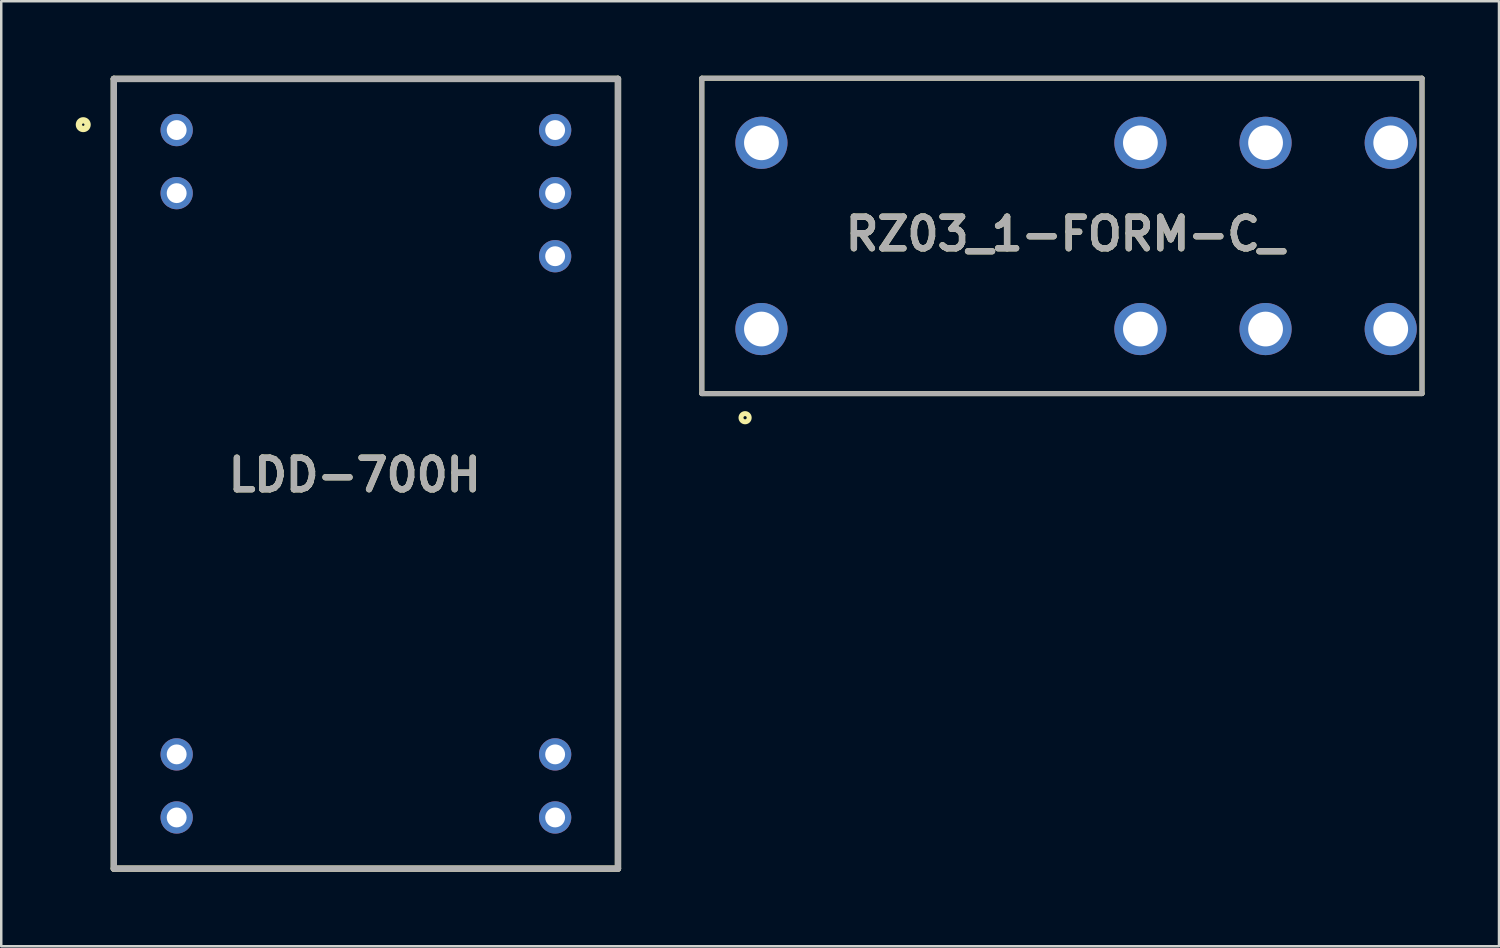
<source format=kicad_pcb>
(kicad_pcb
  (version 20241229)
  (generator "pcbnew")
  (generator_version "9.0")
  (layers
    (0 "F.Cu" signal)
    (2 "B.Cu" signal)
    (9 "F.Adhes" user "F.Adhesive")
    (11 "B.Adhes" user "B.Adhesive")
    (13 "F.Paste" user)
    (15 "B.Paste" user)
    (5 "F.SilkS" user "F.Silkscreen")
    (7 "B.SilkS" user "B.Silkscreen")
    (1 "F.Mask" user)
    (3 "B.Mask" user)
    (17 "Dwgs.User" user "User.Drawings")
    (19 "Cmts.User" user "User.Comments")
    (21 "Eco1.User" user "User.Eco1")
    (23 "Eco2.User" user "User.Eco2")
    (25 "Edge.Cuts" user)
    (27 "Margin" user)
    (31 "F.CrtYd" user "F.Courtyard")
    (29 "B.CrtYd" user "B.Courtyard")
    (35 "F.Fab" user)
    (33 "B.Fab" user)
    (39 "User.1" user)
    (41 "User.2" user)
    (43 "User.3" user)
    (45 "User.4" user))
  (footprint "LDD-700H"
    (layer "F.Cu")
    (at 11.684 16.027)
    (property "Reference" "LDD-700H" (at -0.448 0.049 0) (layer "F.SilkS") (effects (font (size 1.27 1.27) (thickness 0.254))))
    (attr through_hole)
    (fp_line (start -10.15 -15.9) (end 10.15 -15.9) (stroke (width 0.254) (type solid)) (layer "F.SilkS"))
    (fp_line (start -10.15 15.9) (end -10.15 -15.9) (stroke (width 0.254) (type solid)) (layer "F.SilkS"))
    (fp_line (start 10.15 -15.9) (end 10.15 15.9) (stroke (width 0.254) (type solid)) (layer "F.SilkS"))
    (fp_line (start 10.15 15.9) (end -10.15 15.9) (stroke (width 0.254) (type solid)) (layer "F.SilkS"))
    (fp_circle (center -11.382 -14.057) (end -11.382 -13.882) (stroke (width 0.254) (type solid)) (fill no) (layer "F.SilkS"))
    (fp_line (start -10.15 -15.9) (end 10.15 -15.9) (stroke (width 0.254) (type solid)) (layer "F.Fab"))
    (fp_line (start -10.15 15.9) (end -10.15 -15.9) (stroke (width 0.254) (type solid)) (layer "F.Fab"))
    (fp_line (start 10.15 -15.9) (end 10.15 15.9) (stroke (width 0.254) (type solid)) (layer "F.Fab"))
    (fp_line (start 10.15 15.9) (end -10.15 15.9) (stroke (width 0.254) (type solid)) (layer "F.Fab"))
    (fp_text user "${REFERENCE}" (at -0.448 0.049 0) (layer "F.Fab") (effects (font (size 1.27 1.27) (thickness 0.254))))
    (pad "1" thru_hole circle (at -7.62 -13.84) (size 1.3 1.3) (drill 0.8) (layers "*.Cu" "*.Mask"))
    (pad "2" thru_hole circle (at -7.62 -11.3) (size 1.3 1.3) (drill 0.8) (layers "*.Cu" "*.Mask"))
    (pad "11" thru_hole circle (at -7.62 11.3) (size 1.3 1.3) (drill 0.8) (layers "*.Cu" "*.Mask"))
    (pad "12" thru_hole circle (at -7.62 13.84) (size 1.3 1.3) (drill 0.8) (layers "*.Cu" "*.Mask"))
    (pad "13" thru_hole circle (at 7.62 13.84) (size 1.3 1.3) (drill 0.8) (layers "*.Cu" "*.Mask"))
    (pad "14" thru_hole circle (at 7.62 11.3) (size 1.3 1.3) (drill 0.8) (layers "*.Cu" "*.Mask"))
    (pad "22" thru_hole circle (at 7.62 -8.76) (size 1.3 1.3) (drill 0.8) (layers "*.Cu" "*.Mask"))
    (pad "23" thru_hole circle (at 7.62 -11.3) (size 1.3 1.3) (drill 0.8) (layers "*.Cu" "*.Mask"))
    (pad "24" thru_hole circle (at 7.62 -13.84) (size 1.3 1.3) (drill 0.8) (layers "*.Cu" "*.Mask")))
  (footprint "RZ03_1-FORM-C_"
    (layer "F.Cu")
    (at 25.211 6.45)
    (property "Reference" "RZ03_1-FORM-C_" (at 14.62 -0.078 0) (layer "F.SilkS") (effects (font (size 1.27 1.27) (thickness 0.254))))
    (attr through_hole)
    (fp_line (start 0 -6.35) (end 29 -6.35) (stroke (width 0.2) (type solid)) (layer "F.SilkS"))
    (fp_line (start 0 6.35) (end 0 -6.35) (stroke (width 0.2) (type solid)) (layer "F.SilkS"))
    (fp_line (start 29 -6.35) (end 29 6.35) (stroke (width 0.2) (type solid)) (layer "F.SilkS"))
    (fp_line (start 29 6.35) (end 0 6.35) (stroke (width 0.2) (type solid)) (layer "F.SilkS"))
    (fp_circle (center 1.742 7.32) (end 1.742 7.485) (stroke (width 0.2) (type solid)) (fill no) (layer "F.SilkS"))
    (fp_line (start 0 -6.35) (end 29 -6.35) (stroke (width 0.2) (type solid)) (layer "F.Fab"))
    (fp_line (start 0 6.35) (end 0 -6.35) (stroke (width 0.2) (type solid)) (layer "F.Fab"))
    (fp_line (start 29 -6.35) (end 29 6.35) (stroke (width 0.2) (type solid)) (layer "F.Fab"))
    (fp_line (start 29 6.35) (end 0 6.35) (stroke (width 0.2) (type solid)) (layer "F.Fab"))
    (fp_text user "${REFERENCE}" (at 14.62 -0.078 0) (layer "F.Fab") (effects (font (size 1.27 1.27) (thickness 0.254))))
    (pad "1" thru_hole circle (at 2.4 3.75) (size 2.1 2.1) (drill 1.4) (layers "*.Cu" "*.Mask"))
    (pad "2" thru_hole circle (at 17.66 3.75) (size 2.1 2.1) (drill 1.4) (layers "*.Cu" "*.Mask"))
    (pad "3" thru_hole circle (at 22.7 3.75) (size 2.1 2.1) (drill 1.4) (layers "*.Cu" "*.Mask"))
    (pad "4" thru_hole circle (at 27.74 3.75) (size 2.1 2.1) (drill 1.4) (layers "*.Cu" "*.Mask"))
    (pad "5" thru_hole circle (at 27.74 -3.75) (size 2.1 2.1) (drill 1.4) (layers "*.Cu" "*.Mask"))
    (pad "6" thru_hole circle (at 22.7 -3.75) (size 2.1 2.1) (drill 1.4) (layers "*.Cu" "*.Mask"))
    (pad "7" thru_hole circle (at 17.66 -3.75) (size 2.1 2.1) (drill 1.4) (layers "*.Cu" "*.Mask"))
    (pad "8" thru_hole circle (at 2.4 -3.75) (size 2.1 2.1) (drill 1.4) (layers "*.Cu" "*.Mask")))
  (gr_rect
    (start -3 -3)
    (end 57.311 35.054)
    (stroke (width 0.1) (type default))
    (fill no)
    (layer "Edge.Cuts")))
</source>
